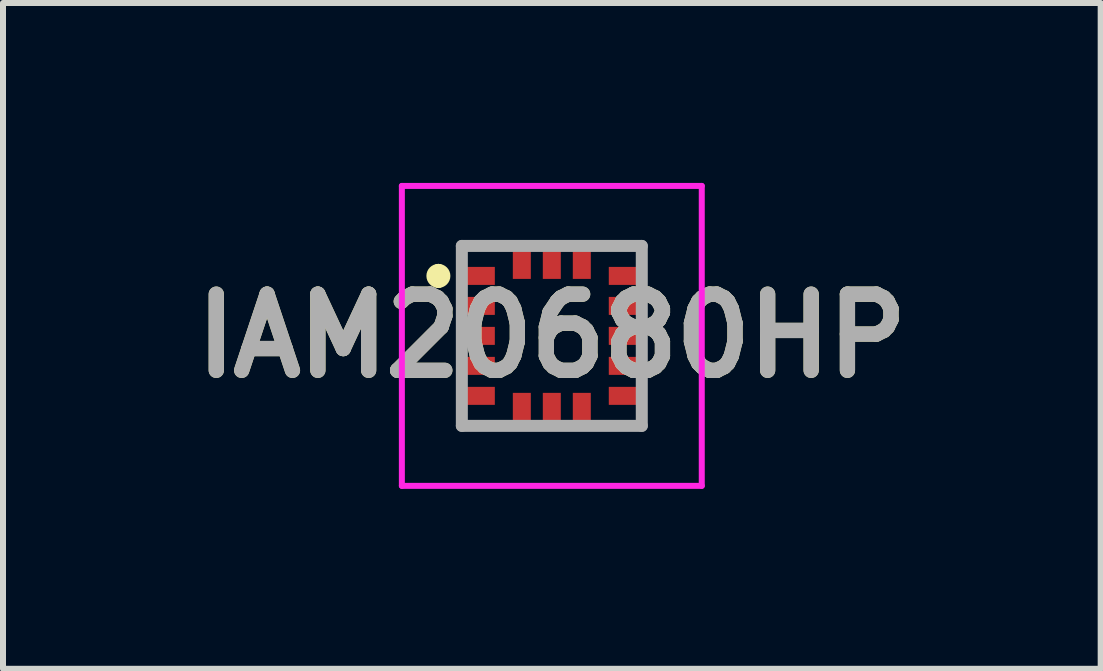
<source format=kicad_pcb>
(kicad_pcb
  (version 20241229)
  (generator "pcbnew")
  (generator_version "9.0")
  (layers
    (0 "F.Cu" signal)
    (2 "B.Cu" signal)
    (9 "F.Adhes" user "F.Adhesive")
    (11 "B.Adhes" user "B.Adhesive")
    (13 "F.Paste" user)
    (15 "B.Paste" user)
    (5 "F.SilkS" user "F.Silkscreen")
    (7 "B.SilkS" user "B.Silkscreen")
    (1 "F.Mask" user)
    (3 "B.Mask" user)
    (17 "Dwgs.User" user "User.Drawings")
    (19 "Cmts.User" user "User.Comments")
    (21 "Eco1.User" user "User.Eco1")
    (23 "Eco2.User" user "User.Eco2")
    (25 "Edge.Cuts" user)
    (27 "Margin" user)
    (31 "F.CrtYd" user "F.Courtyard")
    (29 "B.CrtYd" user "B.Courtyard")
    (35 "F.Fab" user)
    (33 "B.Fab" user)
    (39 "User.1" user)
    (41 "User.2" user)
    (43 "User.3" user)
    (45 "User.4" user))
  (footprint "IAM20680HP"
    (layer "F.Cu")
    (at 6.15 2.55)
    (property "Reference" "IAM20680HP" (at 0 0 0) (layer "F.SilkS") (effects (font (size 1.27 1.27) (thickness 0.254))))
    (attr smd)
    (fp_line (start -1.891 -1.1) (end -1.891 -1.1) (stroke (width 0.2) (type solid)) (layer "F.SilkS"))
    (fp_line (start -1.891 -0.9) (end -1.891 -0.9) (stroke (width 0.2) (type solid)) (layer "F.SilkS"))
    (fp_arc (start -1.891 -1.1) (mid -1.791 -1) (end -1.891 -0.9) (stroke (width 0.2) (type solid)) (layer "F.SilkS"))
    (fp_arc (start -1.891 -0.9) (mid -1.991 -1) (end -1.891 -1.1) (stroke (width 0.2) (type solid)) (layer "F.SilkS"))
    (fp_line (start -2.5 -2.5) (end 2.5 -2.5) (stroke (width 0.1) (type solid)) (layer "F.CrtYd"))
    (fp_line (start -2.5 2.5) (end -2.5 -2.5) (stroke (width 0.1) (type solid)) (layer "F.CrtYd"))
    (fp_line (start 2.5 -2.5) (end 2.5 2.5) (stroke (width 0.1) (type solid)) (layer "F.CrtYd"))
    (fp_line (start 2.5 2.5) (end -2.5 2.5) (stroke (width 0.1) (type solid)) (layer "F.CrtYd"))
    (fp_line (start -1.5 -1.5) (end 1.5 -1.5) (stroke (width 0.2) (type solid)) (layer "F.Fab"))
    (fp_line (start -1.5 1.5) (end -1.5 -1.5) (stroke (width 0.2) (type solid)) (layer "F.Fab"))
    (fp_line (start 1.5 -1.5) (end 1.5 1.5) (stroke (width 0.2) (type solid)) (layer "F.Fab"))
    (fp_line (start 1.5 1.5) (end -1.5 1.5) (stroke (width 0.2) (type solid)) (layer "F.Fab"))
    (fp_text user "${REFERENCE}" (at 0 0 0) (layer "F.Fab") (effects (font (size 1.27 1.27) (thickness 0.254))))
    (pad "1" smd rect (at -1.2 -1 90) (size 0.3 0.5) (layers "F.Cu" "F.Mask" "F.Paste"))
    (pad "2" smd rect (at -1.2 -0.5 90) (size 0.3 0.5) (layers "F.Cu" "F.Mask" "F.Paste"))
    (pad "3" smd rect (at -1.2 0 90) (size 0.3 0.5) (layers "F.Cu" "F.Mask" "F.Paste"))
    (pad "4" smd rect (at -1.2 0.5 90) (size 0.3 0.5) (layers "F.Cu" "F.Mask" "F.Paste"))
    (pad "5" smd rect (at -1.2 1 90) (size 0.3 0.5) (layers "F.Cu" "F.Mask" "F.Paste"))
    (pad "6" smd rect (at -0.5 1.2) (size 0.3 0.5) (layers "F.Cu" "F.Mask" "F.Paste"))
    (pad "7" smd rect (at 0 1.2) (size 0.3 0.5) (layers "F.Cu" "F.Mask" "F.Paste"))
    (pad "8" smd rect (at 0.5 1.2) (size 0.3 0.5) (layers "F.Cu" "F.Mask" "F.Paste"))
    (pad "9" smd rect (at 1.2 1 90) (size 0.3 0.5) (layers "F.Cu" "F.Mask" "F.Paste"))
    (pad "10" smd rect (at 1.2 0.5 90) (size 0.3 0.5) (layers "F.Cu" "F.Mask" "F.Paste"))
    (pad "11" smd rect (at 1.2 0 90) (size 0.3 0.5) (layers "F.Cu" "F.Mask" "F.Paste"))
    (pad "12" smd rect (at 1.2 -0.5 90) (size 0.3 0.5) (layers "F.Cu" "F.Mask" "F.Paste"))
    (pad "13" smd rect (at 1.2 -1 90) (size 0.3 0.5) (layers "F.Cu" "F.Mask" "F.Paste"))
    (pad "14" smd rect (at 0.5 -1.2) (size 0.3 0.5) (layers "F.Cu" "F.Mask" "F.Paste"))
    (pad "15" smd rect (at 0 -1.2) (size 0.3 0.5) (layers "F.Cu" "F.Mask" "F.Paste"))
    (pad "16" smd rect (at -0.5 -1.2) (size 0.3 0.5) (layers "F.Cu" "F.Mask" "F.Paste")))
  (gr_rect
    (start -3 -3)
    (end 15.301 8.1)
    (stroke (width 0.1) (type default))
    (fill no)
    (layer "Edge.Cuts")))
</source>
